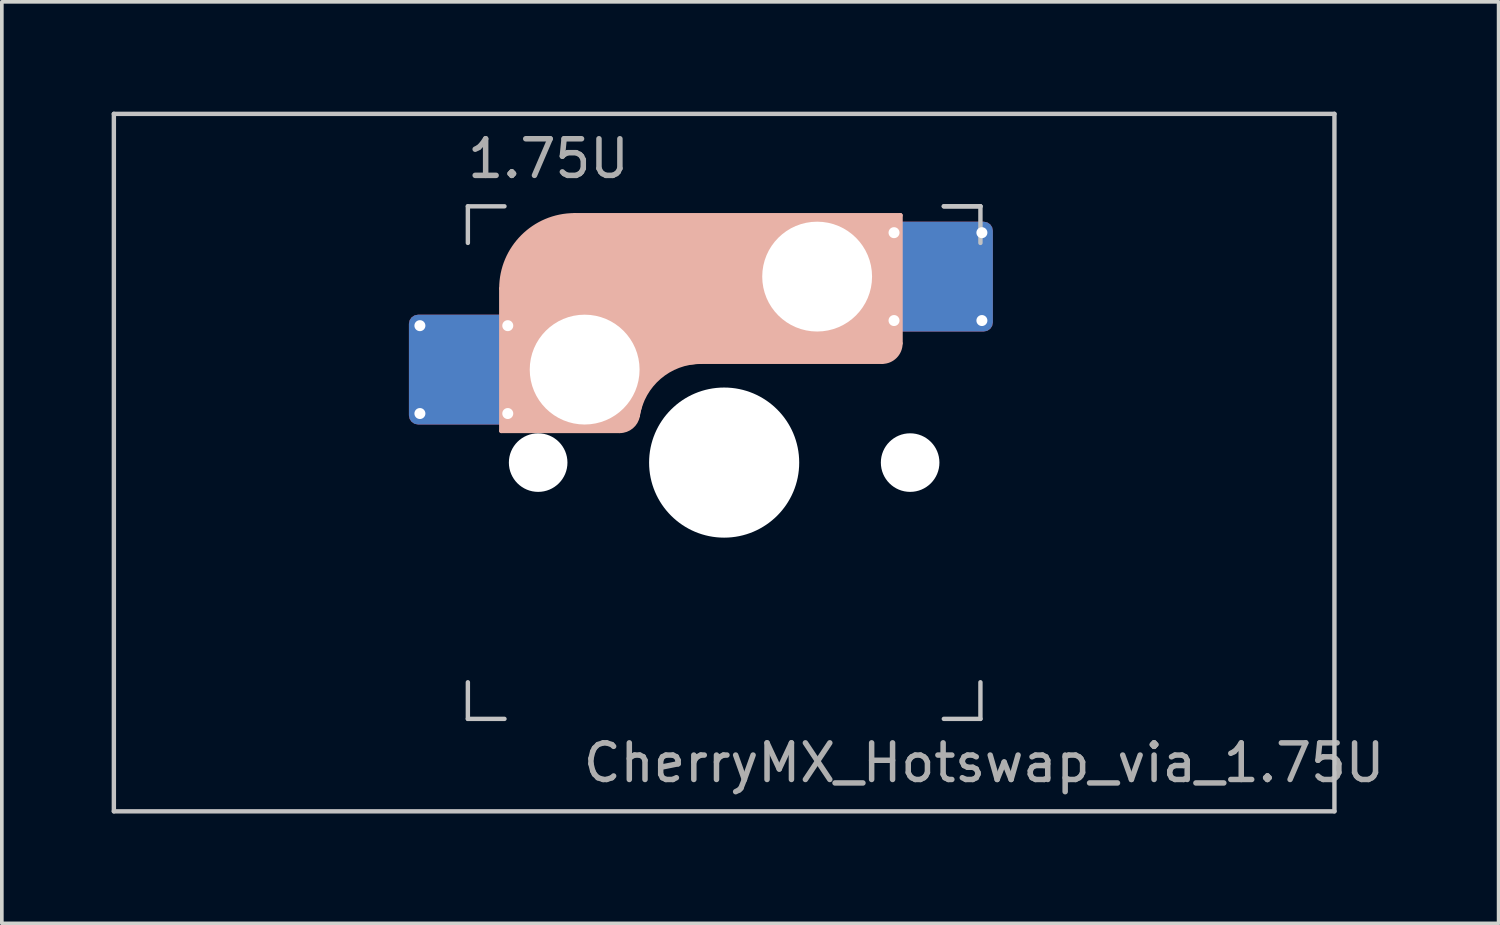
<source format=kicad_pcb>
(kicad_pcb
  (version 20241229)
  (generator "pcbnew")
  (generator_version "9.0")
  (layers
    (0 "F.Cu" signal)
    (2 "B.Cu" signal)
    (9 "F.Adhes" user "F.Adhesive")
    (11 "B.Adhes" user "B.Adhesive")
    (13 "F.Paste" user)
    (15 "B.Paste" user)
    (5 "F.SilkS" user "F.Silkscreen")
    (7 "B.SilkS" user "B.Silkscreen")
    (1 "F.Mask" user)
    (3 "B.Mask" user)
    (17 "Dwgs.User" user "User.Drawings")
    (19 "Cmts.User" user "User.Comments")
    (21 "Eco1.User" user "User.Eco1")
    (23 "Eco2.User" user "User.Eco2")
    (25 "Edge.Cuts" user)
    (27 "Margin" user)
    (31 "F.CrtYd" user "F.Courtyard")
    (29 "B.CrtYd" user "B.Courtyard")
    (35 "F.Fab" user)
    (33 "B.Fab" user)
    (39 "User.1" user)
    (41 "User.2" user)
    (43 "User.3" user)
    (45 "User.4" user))
  (footprint "CherryMX_Hotswap_via_1.75U"
    (layer "F.Cu")
    (at 16.729 9.585)
    (property "Reference" "CherryMX_Hotswap_via_1.75U" (at 7.1 8.2 0) (layer "F.Fab") (effects (font (size 1 1) (thickness 0.15))))
    (attr through_hole)
    (fp_line (start -8.11 -1.74) (end -8.11 -3.34) (stroke (width 0.12) (type solid)) (layer "B.Mask"))
    (fp_line (start -7.91 -3.54) (end -6.31 -3.54) (stroke (width 0.12) (type solid)) (layer "B.Mask"))
    (fp_line (start -6.31 -1.54) (end -7.91 -1.54) (stroke (width 0.12) (type solid)) (layer "B.Mask"))
    (fp_line (start -6.11 -3.34) (end -6.11 -1.74) (stroke (width 0.12) (type solid)) (layer "B.Mask"))
    (fp_line (start 4.84 -5.88) (end 4.84 -4.28) (stroke (width 0.12) (type solid)) (layer "B.Mask"))
    (fp_line (start 5.04 -6.08) (end 6.64 -6.08) (stroke (width 0.12) (type solid)) (layer "B.Mask"))
    (fp_line (start 5.04 -4.08) (end 6.64 -4.08) (stroke (width 0.12) (type solid)) (layer "B.Mask"))
    (fp_line (start 6.84 -4.28) (end 6.84 -5.88) (stroke (width 0.12) (type solid)) (layer "B.Mask"))
    (fp_arc (start -8.11 -3.34) (mid -8.051421 -3.481421) (end -7.91 -3.54) (stroke (width 0.12) (type solid)) (layer "B.Mask"))
    (fp_arc (start -7.91 -1.54) (mid -8.051421 -1.598579) (end -8.11 -1.74) (stroke (width 0.12) (type solid)) (layer "B.Mask"))
    (fp_arc (start -6.31 -3.54) (mid -6.168579 -3.481421) (end -6.11 -3.34) (stroke (width 0.12) (type solid)) (layer "B.Mask"))
    (fp_arc (start -6.11 -1.74) (mid -6.168579 -1.598579) (end -6.31 -1.54) (stroke (width 0.12) (type solid)) (layer "B.Mask"))
    (fp_arc (start 4.84 -5.88) (mid 4.898579 -6.021421) (end 5.04 -6.08) (stroke (width 0.12) (type solid)) (layer "B.Mask"))
    (fp_arc (start 5.04 -4.08) (mid 4.898579 -4.138579) (end 4.84 -4.28) (stroke (width 0.12) (type solid)) (layer "B.Mask"))
    (fp_arc (start 6.64 -6.08) (mid 6.781421 -6.021421) (end 6.84 -5.88) (stroke (width 0.12) (type solid)) (layer "B.Mask"))
    (fp_arc (start 6.84 -4.28) (mid 6.781421 -4.138579) (end 6.64 -4.08) (stroke (width 0.12) (type solid)) (layer "B.Mask"))
    (fp_poly (pts (xy -6.11 -3.34) (xy -6.11 -1.74) (xy -6.31 -1.54) (xy -7.91 -1.54) (xy -8.11 -1.74) (xy -8.11 -3.34) (xy -7.91 -3.54) (xy -6.31 -3.54)) (stroke (width 0.1) (type solid)) (fill yes) (layer "B.Mask"))
    (fp_poly (pts (xy 6.84 -5.88) (xy 6.84 -4.28) (xy 6.64 -4.08) (xy 5.04 -4.08) (xy 4.84 -4.28) (xy 4.84 -5.88) (xy 5.04 -6.08) (xy 6.64 -6.08)) (stroke (width 0.1) (type solid)) (fill yes) (layer "B.Mask"))
    (fp_line (start -6.085 -0.865) (end -6.085 -4.755) (stroke (width 0.12) (type solid)) (layer "B.SilkS"))
    (fp_line (start -4.085 -6.755) (end 4.815 -6.755) (stroke (width 0.12) (type solid)) (layer "B.SilkS"))
    (fp_line (start -2.852 -0.865) (end -6.085 -0.865) (stroke (width 0.12) (type solid)) (layer "B.SilkS"))
    (fp_line (start -0.635 -2.755) (end 4.315 -2.755) (stroke (width 0.12) (type solid)) (layer "B.SilkS"))
    (fp_line (start 4.815 -6.755) (end 4.815 -3.255) (stroke (width 0.12) (type solid)) (layer "B.SilkS"))
    (fp_arc (start -6.085 -4.755) (mid -5.499214 -6.169214) (end -4.085 -6.755) (stroke (width 0.12) (type solid)) (layer "B.SilkS"))
    (fp_arc (start -2.360959 -1.278326) (mid -1.770727 -2.335454) (end -0.635 -2.755) (stroke (width 0.12) (type solid)) (layer "B.SilkS"))
    (fp_arc (start -2.36 -1.278176) (mid -2.53101 -0.981978) (end -2.852404 -0.865) (stroke (width 0.12) (type solid)) (layer "B.SilkS"))
    (fp_arc (start 4.815 -3.255) (mid 4.668553 -2.901447) (end 4.315 -2.755) (stroke (width 0.12) (type solid)) (layer "B.SilkS"))
    (fp_poly (pts (xy 4.815 -3.255) (xy 4.633 -2.937) (xy 4.315 -2.755) (xy -0.635 -2.755) (xy -1.259 -2.696) (xy -1.805 -2.376) (xy -2.207 -1.885) (xy -2.361 -1.278) (xy -2.563 -1.02) (xy -2.852 -0.865) (xy -6.085 -0.865) (xy -6.085 -4.755) (xy -5.887 -5.501) (xy -5.464 -6.134) (xy -4.831 -6.557) (xy -4.085 -6.755) (xy 4.815 -6.755)) (stroke (width 0.1) (type solid)) (fill yes) (layer "B.SilkS"))
    (fp_line (start -8.11 -1.74) (end -8.11 -3.34) (stroke (width 0.12) (type solid)) (layer "B.Paste"))
    (fp_line (start -7.91 -3.54) (end -6.31 -3.54) (stroke (width 0.12) (type solid)) (layer "B.Paste"))
    (fp_line (start -6.31 -1.54) (end -7.91 -1.54) (stroke (width 0.12) (type solid)) (layer "B.Paste"))
    (fp_line (start -6.11 -3.34) (end -6.11 -1.74) (stroke (width 0.12) (type solid)) (layer "B.Paste"))
    (fp_line (start 4.84 -5.88) (end 4.84 -4.28) (stroke (width 0.12) (type solid)) (layer "B.Paste"))
    (fp_line (start 5.04 -6.08) (end 6.64 -6.08) (stroke (width 0.12) (type solid)) (layer "B.Paste"))
    (fp_line (start 5.04 -4.08) (end 6.64 -4.08) (stroke (width 0.12) (type solid)) (layer "B.Paste"))
    (fp_line (start 6.84 -4.28) (end 6.84 -5.88) (stroke (width 0.12) (type solid)) (layer "B.Paste"))
    (fp_arc (start -8.11 -3.34) (mid -8.051421 -3.481421) (end -7.91 -3.54) (stroke (width 0.12) (type solid)) (layer "B.Paste"))
    (fp_arc (start -7.91 -1.54) (mid -8.051421 -1.598579) (end -8.11 -1.74) (stroke (width 0.12) (type solid)) (layer "B.Paste"))
    (fp_arc (start -6.31 -3.54) (mid -6.168579 -3.481421) (end -6.11 -3.34) (stroke (width 0.12) (type solid)) (layer "B.Paste"))
    (fp_arc (start -6.11 -1.74) (mid -6.168579 -1.598579) (end -6.31 -1.54) (stroke (width 0.12) (type solid)) (layer "B.Paste"))
    (fp_arc (start 4.84 -5.88) (mid 4.898579 -6.021421) (end 5.04 -6.08) (stroke (width 0.12) (type solid)) (layer "B.Paste"))
    (fp_arc (start 5.04 -4.08) (mid 4.898579 -4.138579) (end 4.84 -4.28) (stroke (width 0.12) (type solid)) (layer "B.Paste"))
    (fp_arc (start 6.64 -6.08) (mid 6.781421 -6.021421) (end 6.84 -5.88) (stroke (width 0.12) (type solid)) (layer "B.Paste"))
    (fp_arc (start 6.84 -4.28) (mid 6.781421 -4.138579) (end 6.64 -4.08) (stroke (width 0.12) (type solid)) (layer "B.Paste"))
    (fp_poly (pts (xy -6.11 -3.34) (xy -6.11 -1.74) (xy -6.31 -1.54) (xy -7.91 -1.54) (xy -8.11 -1.74) (xy -8.11 -3.34) (xy -7.91 -3.54) (xy -6.31 -3.54)) (stroke (width 0.1) (type solid)) (fill yes) (layer "B.Paste"))
    (fp_poly (pts (xy 6.84 -5.88) (xy 6.84 -4.28) (xy 6.64 -4.08) (xy 5.04 -4.08) (xy 4.84 -4.28) (xy 4.84 -5.88) (xy 5.04 -6.08) (xy 6.64 -6.08)) (stroke (width 0.1) (type solid)) (fill yes) (layer "B.Paste"))
    (fp_line (start -16.669 -9.525) (end 16.669 -9.525) (stroke (width 0.12) (type solid)) (layer "Dwgs.User"))
    (fp_line (start -16.669 9.525) (end -16.669 -9.525) (stroke (width 0.12) (type solid)) (layer "Dwgs.User"))
    (fp_line (start -7 -7) (end -7 -6) (stroke (width 0.12) (type solid)) (layer "Dwgs.User"))
    (fp_line (start -7 -7) (end -6 -7) (stroke (width 0.12) (type solid)) (layer "Dwgs.User"))
    (fp_line (start -7 7) (end -7 6) (stroke (width 0.12) (type solid)) (layer "Dwgs.User"))
    (fp_line (start -7 7) (end -6 7) (stroke (width 0.12) (type solid)) (layer "Dwgs.User"))
    (fp_line (start 6 -7) (end 7 -7) (stroke (width 0.12) (type solid)) (layer "Dwgs.User"))
    (fp_line (start 7 -7) (end 6 -7) (stroke (width 0.12) (type solid)) (layer "Dwgs.User"))
    (fp_line (start 7 -7) (end 7 -6) (stroke (width 0.12) (type solid)) (layer "Dwgs.User"))
    (fp_line (start 7 7) (end 6 7) (stroke (width 0.12) (type solid)) (layer "Dwgs.User"))
    (fp_line (start 7 7) (end 7 6) (stroke (width 0.12) (type solid)) (layer "Dwgs.User"))
    (fp_line (start 16.669 -9.525) (end 16.669 9.525) (stroke (width 0.12) (type solid)) (layer "Dwgs.User"))
    (fp_line (start 16.669 9.525) (end -16.669 9.525) (stroke (width 0.12) (type solid)) (layer "Dwgs.User"))
    (fp_text user "1.75U" (at -4.8 -8.3 0) (layer "F.Fab") (effects (font (size 1 1) (thickness 0.15))))
    (pad "" np_thru_hole circle (at -5.08 0) (size 1.6 1.6) (drill 1.6) (layers "*.Cu" "*.Mask"))
    (pad "" np_thru_hole circle (at -3.81 -2.54) (size 3 3) (drill 3) (layers "*.Cu" "*.Mask"))
    (pad "" np_thru_hole circle (at 0 0) (size 4.1 4.1) (drill 4.1) (layers "*.Cu" "*.Mask"))
    (pad "" np_thru_hole circle (at 2.54 -5.08) (size 3 3) (drill 3) (layers "*.Cu" "*.Mask"))
    (pad "" np_thru_hole circle (at 5.08 0) (size 1.6 1.6) (drill 1.6) (layers "*.Cu" "*.Mask"))
    (pad "1" thru_hole circle (at -8.31 -3.74) (size 0.5 0.5) (drill 0.3) (layers "*.Cu"))
    (pad "1" thru_hole circle (at -8.31 -1.34) (size 0.5 0.5) (drill 0.3) (layers "*.Cu"))
    (pad "1" smd roundrect (at -7.11 -2.54) (size 3 3) (layers "F.Cu") (roundrect_rratio 0.083))
    (pad "1" smd roundrect (at -7.11 -2.54 180) (size 3 3) (layers "B.Cu") (roundrect_rratio 0.083))
    (pad "1" thru_hole circle (at -5.91 -3.74) (size 0.5 0.5) (drill 0.3) (layers "*.Cu"))
    (pad "1" thru_hole circle (at -5.91 -1.34) (size 0.5 0.5) (drill 0.3) (layers "*.Cu"))
    (pad "2" thru_hole circle (at 4.64 -6.28 180) (size 0.5 0.5) (drill 0.3) (layers "*.Cu"))
    (pad "2" thru_hole circle (at 4.64 -3.88 180) (size 0.5 0.5) (drill 0.3) (layers "*.Cu"))
    (pad "2" smd roundrect (at 5.84 -5.08 180) (size 3 3) (layers "F.Cu") (roundrect_rratio 0.083))
    (pad "2" smd roundrect (at 5.84 -5.08 180) (size 3 3) (layers "B.Cu") (roundrect_rratio 0.083))
    (pad "2" thru_hole circle (at 7.04 -6.28 180) (size 0.5 0.5) (drill 0.3) (layers "*.Cu"))
    (pad "2" thru_hole circle (at 7.04 -3.88 180) (size 0.5 0.5) (drill 0.3) (layers "*.Cu")))
  (gr_rect
    (start -3 -3)
    (end 37.882 22.17)
    (stroke (width 0.1) (type default))
    (fill no)
    (layer "Edge.Cuts")))
</source>
